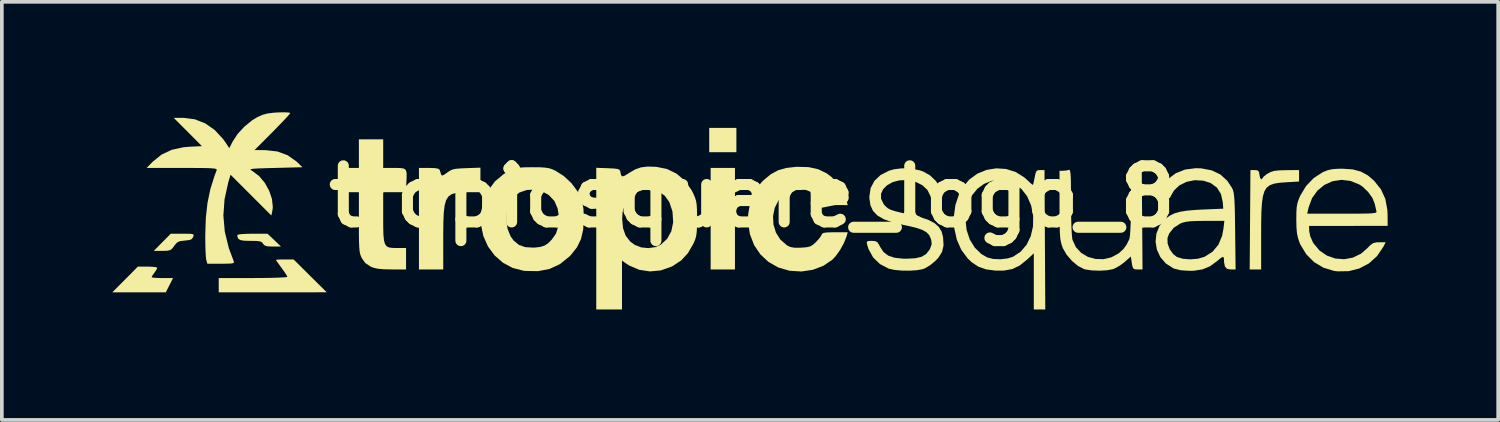
<source format=kicad_pcb>
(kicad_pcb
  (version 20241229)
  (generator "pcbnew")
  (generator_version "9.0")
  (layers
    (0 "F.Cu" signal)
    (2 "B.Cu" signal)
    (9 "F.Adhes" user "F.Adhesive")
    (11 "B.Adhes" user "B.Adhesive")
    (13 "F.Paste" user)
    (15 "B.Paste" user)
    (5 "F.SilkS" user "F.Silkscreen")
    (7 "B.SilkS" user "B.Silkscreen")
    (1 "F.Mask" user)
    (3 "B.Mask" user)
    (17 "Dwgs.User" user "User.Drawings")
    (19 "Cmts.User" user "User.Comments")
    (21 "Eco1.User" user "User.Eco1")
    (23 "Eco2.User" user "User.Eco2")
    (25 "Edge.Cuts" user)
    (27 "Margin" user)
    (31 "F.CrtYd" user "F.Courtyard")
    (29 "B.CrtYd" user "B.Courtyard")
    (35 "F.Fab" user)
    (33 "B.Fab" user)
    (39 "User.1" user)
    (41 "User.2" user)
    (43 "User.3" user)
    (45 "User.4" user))
  (footprint "tropicsquare_logo_8"
    (layer "F.Cu")
    (at 17.378 2.288)
    (property "Reference" "tropicsquare_logo_8" (at 0 0 0) (layer "F.SilkS") (effects (font (size 1.524 1.524) (thickness 0.3))))
    (attr board_only exclude_from_pos_files exclude_from_bom)
    (fp_poly (pts (xy -0.466 1.981) (xy -1.126 1.981) (xy -1.126 -0.777) (xy -0.466 -0.777)) (stroke (width 0) (type solid)) (fill yes) (layer "F.SilkS"))
    (fp_poly (pts (xy -0.427 -1.204) (xy -1.165 -1.204) (xy -1.165 -1.864) (xy -0.427 -1.864)) (stroke (width 0) (type solid)) (fill yes) (layer "F.SilkS"))
    (fp_poly (pts (xy -16.288 1.908) (xy -16.194 1.919) (xy -16.157 1.936) (xy -16.157 1.937) (xy -16.179 1.988) (xy -16.232 2.066) (xy -16.234 2.069) (xy -16.288 2.144) (xy -16.312 2.19) (xy -16.312 2.191) (xy -16.276 2.202) (xy -16.182 2.21) (xy -16.048 2.214) (xy -16.02 2.214) (xy -15.728 2.214) (xy -15.826 2.408) (xy -15.925 2.602) (xy -17.378 2.602) (xy -17.03 2.253) (xy -16.683 1.903) (xy -16.42 1.903)) (stroke (width 0) (type solid)) (fill yes) (layer "F.SilkS"))
    (fp_poly (pts (xy -15.313 1.011) (xy -15.22 1.016) (xy -15.177 1.03) (xy -15.169 1.058) (xy -15.181 1.097) (xy -15.215 1.152) (xy -15.279 1.181) (xy -15.397 1.195) (xy -15.41 1.196) (xy -15.534 1.21) (xy -15.611 1.243) (xy -15.675 1.311) (xy -15.697 1.342) (xy -15.753 1.416) (xy -15.808 1.456) (xy -15.89 1.473) (xy -16.019 1.476) (xy -16.251 1.476) (xy -16.021 1.243) (xy -15.79 1.01) (xy -15.47 1.01)) (stroke (width 0) (type solid)) (fill yes) (layer "F.SilkS"))
    (fp_poly (pts (xy -12.979 1.184) (xy -12.797 1.358) (xy -13.019 1.358) (xy -13.153 1.354) (xy -13.23 1.335) (xy -13.274 1.296) (xy -13.283 1.282) (xy -13.313 1.242) (xy -13.366 1.219) (xy -13.457 1.207) (xy -13.605 1.204) (xy -13.629 1.204) (xy -13.798 1.2) (xy -13.903 1.182) (xy -13.959 1.145) (xy -13.98 1.083) (xy -13.982 1.045) (xy -13.945 1.031) (xy -13.848 1.019) (xy -13.704 1.012) (xy -13.572 1.01) (xy -13.162 1.01)) (stroke (width 0) (type solid)) (fill yes) (layer "F.SilkS"))
    (fp_poly (pts (xy -12.004 2.155) (xy -11.554 2.601) (xy -13.02 2.602) (xy -14.487 2.602) (xy -14.487 2.214) (xy -13.554 2.214) (xy -13.295 2.212) (xy -13.063 2.209) (xy -12.869 2.203) (xy -12.725 2.196) (xy -12.64 2.188) (xy -12.622 2.182) (xy -12.644 2.137) (xy -12.701 2.049) (xy -12.778 1.942) (xy -12.856 1.835) (xy -12.912 1.756) (xy -12.933 1.721) (xy -12.898 1.715) (xy -12.806 1.71) (xy -12.694 1.709) (xy -12.454 1.709)) (stroke (width 0) (type solid)) (fill yes) (layer "F.SilkS"))
    (fp_poly (pts (xy -7.379 -0.117) (xy -7.711 -0.117) (xy -7.899 -0.113) (xy -8.048 -0.098) (xy -8.163 -0.063) (xy -8.249 0.000261) (xy -8.31 0.099) (xy -8.351 0.241) (xy -8.374 0.435) (xy -8.385 0.687) (xy -8.389 1.008) (xy -8.389 1.125) (xy -8.389 1.981) (xy -9.049 1.981) (xy -9.049 -0.777) (xy -8.776 -0.777) (xy -8.623 -0.772) (xy -8.532 -0.758) (xy -8.49 -0.73) (xy -8.485 -0.719) (xy -8.456 -0.627) (xy -8.448 -0.6) (xy -8.425 -0.57) (xy -8.379 -0.583) (xy -8.292 -0.643) (xy -8.286 -0.648) (xy -8.212 -0.699) (xy -8.14 -0.733) (xy -8.048 -0.753) (xy -7.915 -0.764) (xy -7.761 -0.771) (xy -7.379 -0.784)) (stroke (width 0) (type solid)) (fill yes) (layer "F.SilkS"))
    (fp_poly (pts (xy 13.733 -0.709) (xy 13.769 -0.663) (xy 13.78 -0.592) (xy 13.798 -0.506) (xy 13.826 -0.466) (xy 13.829 -0.466) (xy 13.864 -0.495) (xy 13.865 -0.502) (xy 13.895 -0.542) (xy 13.971 -0.602) (xy 14.007 -0.625) (xy 14.091 -0.669) (xy 14.184 -0.696) (xy 14.308 -0.71) (xy 14.485 -0.716) (xy 14.502 -0.716) (xy 14.856 -0.719) (xy 14.856 -0.408) (xy 14.506 -0.387) (xy 14.327 -0.374) (xy 14.182 -0.351) (xy 14.068 -0.311) (xy 13.981 -0.246) (xy 13.918 -0.149) (xy 13.875 -0.012) (xy 13.848 0.173) (xy 13.833 0.414) (xy 13.827 0.718) (xy 13.826 1.03) (xy 13.826 1.981) (xy 13.515 1.981) (xy 13.525 0.631) (xy 13.535 -0.719) (xy 13.652 -0.719)) (stroke (width 0) (type solid)) (fill yes) (layer "F.SilkS"))
    (fp_poly (pts (xy -10.02 -0.777) (xy -9.714 -0.777) (xy -9.562 -0.775) (xy -9.463 -0.761) (xy -9.407 -0.722) (xy -9.384 -0.643) (xy -9.384 -0.511) (xy -9.392 -0.359) (xy -9.406 -0.117) (xy -10.02 -0.117) (xy -10.02 0.555) (xy -10.019 0.831) (xy -10.014 1.039) (xy -9.999 1.189) (xy -9.971 1.29) (xy -9.926 1.352) (xy -9.859 1.384) (xy -9.766 1.396) (xy -9.649 1.398) (xy -9.399 1.398) (xy -9.399 1.981) (xy -9.797 1.98) (xy -10.009 1.975) (xy -10.164 1.961) (xy -10.283 1.934) (xy -10.358 1.905) (xy -10.507 1.806) (xy -10.6 1.674) (xy -10.627 1.616) (xy -10.648 1.553) (xy -10.662 1.473) (xy -10.671 1.366) (xy -10.677 1.218) (xy -10.68 1.018) (xy -10.68 0.754) (xy -10.68 0.701) (xy -10.68 -0.117) (xy -11.108 -0.117) (xy -11.108 -0.777) (xy -10.68 -0.777) (xy -10.68 -1.554) (xy -10.02 -1.554)) (stroke (width 0) (type solid)) (fill yes) (layer "F.SilkS"))
    (fp_poly (pts (xy 10.583 -0.719) (xy 10.594 0.631) (xy 10.604 1.981) (xy 10.472 1.981) (xy 10.39 1.976) (xy 10.347 1.946) (xy 10.324 1.872) (xy 10.313 1.805) (xy 10.287 1.629) (xy 10.117 1.779) (xy 9.993 1.872) (xy 9.861 1.947) (xy 9.795 1.974) (xy 9.636 2.003) (xy 9.439 2.014) (xy 9.236 2.007) (xy 9.063 1.983) (xy 9.017 1.97) (xy 8.853 1.887) (xy 8.689 1.75) (xy 8.544 1.582) (xy 8.441 1.404) (xy 8.43 1.376) (xy 8.405 1.301) (xy 8.385 1.225) (xy 8.371 1.134) (xy 8.361 1.019) (xy 8.355 0.866) (xy 8.352 0.665) (xy 8.35 0.404) (xy 8.35 0.232) (xy 8.35 -0.699) (xy 8.444 -0.699) (xy 8.545 -0.709) (xy 8.599 -0.723) (xy 8.619 -0.724) (xy 8.634 -0.703) (xy 8.645 -0.652) (xy 8.653 -0.563) (xy 8.658 -0.425) (xy 8.66 -0.231) (xy 8.661 0.029) (xy 8.661 0.141) (xy 8.663 0.407) (xy 8.668 0.654) (xy 8.675 0.869) (xy 8.685 1.038) (xy 8.696 1.148) (xy 8.701 1.174) (xy 8.793 1.374) (xy 8.937 1.53) (xy 9.118 1.638) (xy 9.324 1.696) (xy 9.541 1.702) (xy 9.756 1.652) (xy 9.954 1.546) (xy 10.086 1.425) (xy 10.172 1.305) (xy 10.238 1.175) (xy 10.251 1.137) (xy 10.263 1.054) (xy 10.274 0.907) (xy 10.283 0.708) (xy 10.289 0.471) (xy 10.292 0.21) (xy 10.292 0.13) (xy 10.292 -0.73)) (stroke (width 0) (type solid)) (fill yes) (layer "F.SilkS"))
    (fp_poly (pts (xy 6.899 -0.748) (xy 7.156 -0.667) (xy 7.39 -0.522) (xy 7.473 -0.448) (xy 7.555 -0.369) (xy 7.613 -0.323) (xy 7.629 -0.317) (xy 7.642 -0.359) (xy 7.662 -0.454) (xy 7.676 -0.524) (xy 7.7 -0.639) (xy 7.728 -0.697) (xy 7.777 -0.717) (xy 7.826 -0.719) (xy 7.942 -0.719) (xy 7.952 1.175) (xy 7.963 3.068) (xy 7.651 3.068) (xy 7.651 1.543) (xy 7.465 1.716) (xy 7.267 1.874) (xy 7.065 1.97) (xy 6.837 2.012) (xy 6.613 2.012) (xy 6.356 1.979) (xy 6.149 1.907) (xy 5.967 1.787) (xy 5.857 1.683) (xy 5.682 1.448) (xy 5.56 1.17) (xy 5.492 0.865) (xy 5.482 0.632) (xy 5.795 0.632) (xy 5.827 0.912) (xy 5.913 1.17) (xy 6.05 1.391) (xy 6.231 1.565) (xy 6.386 1.654) (xy 6.55 1.696) (xy 6.749 1.704) (xy 6.947 1.68) (xy 7.088 1.635) (xy 7.294 1.499) (xy 7.456 1.308) (xy 7.569 1.075) (xy 7.63 0.81) (xy 7.634 0.528) (xy 7.579 0.242) (xy 7.469 -0.009) (xy 7.318 -0.203) (xy 7.135 -0.341) (xy 6.932 -0.424) (xy 6.718 -0.451) (xy 6.503 -0.425) (xy 6.3 -0.344) (xy 6.117 -0.21) (xy 5.966 -0.024) (xy 5.857 0.215) (xy 5.824 0.341) (xy 5.795 0.632) (xy 5.482 0.632) (xy 5.479 0.547) (xy 5.522 0.23) (xy 5.622 -0.068) (xy 5.716 -0.242) (xy 5.897 -0.46) (xy 6.118 -0.621) (xy 6.368 -0.723) (xy 6.632 -0.766)) (stroke (width 0) (type solid)) (fill yes) (layer "F.SilkS"))
    (fp_poly (pts (xy -5.962 -0.796) (xy -5.763 -0.794) (xy -5.62 -0.785) (xy -5.513 -0.768) (xy -5.42 -0.737) (xy -5.34 -0.7) (xy -5.113 -0.555) (xy -4.906 -0.362) (xy -4.742 -0.142) (xy -4.66 0.021) (xy -4.61 0.173) (xy -4.582 0.329) (xy -4.571 0.52) (xy -4.571 0.602) (xy -4.589 0.904) (xy -4.648 1.156) (xy -4.755 1.376) (xy -4.918 1.583) (xy -4.968 1.634) (xy -5.219 1.835) (xy -5.5 1.966) (xy -5.814 2.027) (xy -6.164 2.02) (xy -6.205 2.016) (xy -6.501 1.94) (xy -6.767 1.798) (xy -6.994 1.6) (xy -7.175 1.354) (xy -7.301 1.07) (xy -7.362 0.775) (xy -7.362 0.65) (xy -6.678 0.65) (xy -6.642 0.879) (xy -6.557 1.085) (xy -6.474 1.199) (xy -6.332 1.314) (xy -6.16 1.375) (xy -5.94 1.388) (xy -5.918 1.387) (xy -5.756 1.37) (xy -5.638 1.332) (xy -5.543 1.271) (xy -5.442 1.17) (xy -5.348 1.039) (xy -5.32 0.988) (xy -5.257 0.782) (xy -5.246 0.55) (xy -5.283 0.322) (xy -5.368 0.126) (xy -5.374 0.117) (xy -5.52 -0.039) (xy -5.705 -0.141) (xy -5.912 -0.188) (xy -6.123 -0.177) (xy -6.321 -0.108) (xy -6.489 0.021) (xy -6.494 0.026) (xy -6.605 0.202) (xy -6.666 0.417) (xy -6.678 0.65) (xy -7.362 0.65) (xy -7.363 0.437) (xy -7.296 0.119) (xy -7.167 -0.168) (xy -6.981 -0.415) (xy -6.742 -0.613) (xy -6.608 -0.689) (xy -6.502 -0.737) (xy -6.408 -0.768) (xy -6.303 -0.786) (xy -6.165 -0.794) (xy -5.972 -0.796)) (stroke (width 0) (type solid)) (fill yes) (layer "F.SilkS"))
    (fp_poly (pts (xy -2.612 -0.807) (xy -2.608 -0.807) (xy -2.314 -0.749) (xy -2.052 -0.622) (xy -1.827 -0.43) (xy -1.647 -0.178) (xy -1.598 -0.083) (xy -1.554 0.019) (xy -1.524 0.112) (xy -1.506 0.216) (xy -1.498 0.352) (xy -1.495 0.54) (xy -1.495 0.602) (xy -1.497 0.808) (xy -1.504 0.956) (xy -1.518 1.067) (xy -1.544 1.161) (xy -1.584 1.258) (xy -1.596 1.283) (xy -1.743 1.537) (xy -1.923 1.732) (xy -2.152 1.885) (xy -2.196 1.907) (xy -2.482 2.007) (xy -2.776 2.034) (xy -3.065 1.99) (xy -3.338 1.874) (xy -3.447 1.803) (xy -3.534 1.738) (xy -3.534 3.068) (xy -4.233 3.068) (xy -4.233 0.602) (xy -3.53 0.602) (xy -3.506 0.859) (xy -3.435 1.062) (xy -3.311 1.221) (xy -3.185 1.315) (xy -3.013 1.382) (xy -2.816 1.401) (xy -2.623 1.373) (xy -2.483 1.31) (xy -2.307 1.148) (xy -2.194 0.942) (xy -2.144 0.7) (xy -2.161 0.427) (xy -2.169 0.388) (xy -2.248 0.152) (xy -2.374 -0.024) (xy -2.544 -0.138) (xy -2.71 -0.182) (xy -2.955 -0.182) (xy -3.164 -0.116) (xy -3.331 0.01) (xy -3.451 0.192) (xy -3.518 0.423) (xy -3.53 0.602) (xy -4.233 0.602) (xy -4.233 -0.78) (xy -3.913 -0.769) (xy -3.754 -0.761) (xy -3.657 -0.749) (xy -3.606 -0.729) (xy -3.585 -0.697) (xy -3.581 -0.68) (xy -3.561 -0.586) (xy -3.53 -0.547) (xy -3.471 -0.56) (xy -3.369 -0.621) (xy -3.34 -0.641) (xy -3.177 -0.736) (xy -3.018 -0.792) (xy -2.839 -0.814)) (stroke (width 0) (type solid)) (fill yes) (layer "F.SilkS"))
    (fp_poly (pts (xy 1.534 -0.799) (xy 1.797 -0.741) (xy 2.026 -0.629) (xy 2.16 -0.528) (xy 2.292 -0.386) (xy 2.419 -0.2) (xy 2.521 -0.001) (xy 2.564 0.118) (xy 2.597 0.233) (xy 2.26 0.232) (xy 2.097 0.23) (xy 1.993 0.223) (xy 1.93 0.205) (xy 1.888 0.17) (xy 1.848 0.113) (xy 1.845 0.107) (xy 1.759 0.002) (xy 1.649 -0.096) (xy 1.631 -0.109) (xy 1.468 -0.177) (xy 1.274 -0.194) (xy 1.076 -0.162) (xy 0.902 -0.081) (xy 0.878 -0.064) (xy 0.718 0.103) (xy 0.615 0.307) (xy 0.569 0.531) (xy 0.58 0.76) (xy 0.647 0.979) (xy 0.769 1.172) (xy 0.946 1.325) (xy 0.946 1.326) (xy 1.036 1.37) (xy 1.142 1.39) (xy 1.292 1.391) (xy 1.329 1.389) (xy 1.476 1.378) (xy 1.574 1.356) (xy 1.651 1.312) (xy 1.727 1.244) (xy 1.813 1.151) (xy 1.873 1.069) (xy 1.886 1.041) (xy 1.906 1.007) (xy 1.952 0.986) (xy 2.037 0.975) (xy 2.179 0.971) (xy 2.253 0.971) (xy 2.597 0.971) (xy 2.564 1.086) (xy 2.494 1.262) (xy 2.391 1.449) (xy 2.272 1.617) (xy 2.179 1.717) (xy 1.934 1.882) (xy 1.649 1.99) (xy 1.339 2.036) (xy 1.02 2.016) (xy 1.018 2.016) (xy 0.711 1.927) (xy 0.445 1.776) (xy 0.224 1.571) (xy 0.054 1.318) (xy -0.059 1.025) (xy -0.11 0.7) (xy -0.109 0.497) (xy -0.053 0.165) (xy 0.069 -0.131) (xy 0.253 -0.385) (xy 0.317 -0.449) (xy 0.509 -0.606) (xy 0.703 -0.712) (xy 0.923 -0.775) (xy 1.19 -0.806) (xy 1.223 -0.807)) (stroke (width 0) (type solid)) (fill yes) (layer "F.SilkS"))
    (fp_poly (pts (xy 16.311 -0.737) (xy 16.532 -0.679) (xy 16.724 -0.574) (xy 16.895 -0.427) (xy 17.08 -0.196) (xy 17.198 0.062) (xy 17.254 0.36) (xy 17.26 0.483) (xy 17.263 0.796) (xy 16.195 0.798) (xy 15.127 0.799) (xy 15.132 0.944) (xy 15.16 1.079) (xy 15.227 1.233) (xy 15.249 1.272) (xy 15.412 1.467) (xy 15.614 1.605) (xy 15.841 1.684) (xy 16.08 1.703) (xy 16.316 1.66) (xy 16.536 1.554) (xy 16.698 1.415) (xy 16.795 1.317) (xy 16.872 1.265) (xy 16.956 1.245) (xy 17.032 1.243) (xy 17.207 1.243) (xy 17.143 1.369) (xy 16.973 1.619) (xy 16.754 1.816) (xy 16.494 1.953) (xy 16.206 2.027) (xy 15.898 2.032) (xy 15.804 2.019) (xy 15.517 1.933) (xy 15.263 1.78) (xy 15.052 1.569) (xy 14.894 1.308) (xy 14.867 1.246) (xy 14.825 1.121) (xy 14.799 0.993) (xy 14.785 0.835) (xy 14.781 0.625) (xy 14.781 0.621) (xy 14.783 0.466) (xy 15.077 0.466) (xy 16.027 0.466) (xy 16.323 0.466) (xy 16.55 0.464) (xy 16.717 0.461) (xy 16.833 0.456) (xy 16.906 0.447) (xy 16.945 0.435) (xy 16.96 0.419) (xy 16.958 0.398) (xy 16.937 0.312) (xy 16.914 0.206) (xy 16.851 0.044) (xy 16.735 -0.121) (xy 16.587 -0.264) (xy 16.498 -0.324) (xy 16.254 -0.424) (xy 16.006 -0.453) (xy 15.767 -0.416) (xy 15.547 -0.318) (xy 15.358 -0.164) (xy 15.21 0.041) (xy 15.117 0.291) (xy 15.114 0.301) (xy 15.077 0.466) (xy 14.783 0.466) (xy 14.783 0.427) (xy 14.792 0.287) (xy 14.813 0.176) (xy 14.848 0.07) (xy 14.889 -0.024) (xy 15.046 -0.285) (xy 15.255 -0.503) (xy 15.5 -0.661) (xy 15.516 -0.668) (xy 15.641 -0.717) (xy 15.77 -0.744) (xy 15.932 -0.755) (xy 16.04 -0.756)) (stroke (width 0) (type solid)) (fill yes) (layer "F.SilkS"))
    (fp_poly (pts (xy -12.616 -2.284) (xy -12.552 -2.274) (xy -12.545 -2.268) (xy -12.571 -2.231) (xy -12.643 -2.148) (xy -12.754 -2.031) (xy -12.893 -1.887) (xy -13.029 -1.748) (xy -13.514 -1.262) (xy -13.214 -1.26) (xy -12.895 -1.224) (xy -12.615 -1.121) (xy -12.375 -0.951) (xy -12.35 -0.928) (xy -12.215 -0.796) (xy -12.952 -0.777) (xy -13.208 -0.77) (xy -13.394 -0.764) (xy -13.519 -0.757) (xy -13.593 -0.748) (xy -13.623 -0.737) (xy -13.618 -0.722) (xy -13.587 -0.701) (xy -13.57 -0.691) (xy -13.391 -0.557) (xy -13.237 -0.373) (xy -13.117 -0.158) (xy -13.041 0.068) (xy -13.018 0.287) (xy -13.031 0.393) (xy -13.058 0.515) (xy -14.167 -0.593) (xy -14.228 -0.384) (xy -14.329 0.073) (xy -14.361 0.514) (xy -14.323 0.953) (xy -14.213 1.4) (xy -14.08 1.757) (xy -14.073 1.789) (xy -14.093 1.809) (xy -14.154 1.82) (xy -14.267 1.824) (xy -14.423 1.825) (xy -14.796 1.825) (xy -14.826 1.719) (xy -14.836 1.643) (xy -14.844 1.506) (xy -14.85 1.325) (xy -14.853 1.118) (xy -14.852 1.029) (xy -14.837 0.574) (xy -14.792 0.171) (xy -14.715 -0.199) (xy -14.602 -0.559) (xy -14.545 -0.709) (xy -14.54 -0.73) (xy -14.553 -0.746) (xy -14.59 -0.758) (xy -14.661 -0.766) (xy -14.775 -0.772) (xy -14.94 -0.775) (xy -15.165 -0.776) (xy -15.458 -0.777) (xy -15.481 -0.777) (xy -16.445 -0.777) (xy -16.276 -0.949) (xy -16.04 -1.139) (xy -15.765 -1.268) (xy -15.443 -1.339) (xy -15.288 -1.352) (xy -14.944 -1.369) (xy -15.326 -1.753) (xy -15.708 -2.136) (xy -15.437 -2.136) (xy -15.137 -2.098) (xy -14.855 -1.988) (xy -14.597 -1.808) (xy -14.37 -1.564) (xy -14.303 -1.469) (xy -14.2 -1.314) (xy -14.107 -1.497) (xy -13.972 -1.702) (xy -13.787 -1.902) (xy -13.576 -2.073) (xy -13.433 -2.159) (xy -13.301 -2.218) (xy -13.167 -2.255) (xy -13.002 -2.276) (xy -12.884 -2.284) (xy -12.733 -2.288)) (stroke (width 0) (type solid)) (fill yes) (layer "F.SilkS"))
    (fp_poly (pts (xy 12.199 -0.765) (xy 12.483 -0.711) (xy 12.717 -0.6) (xy 12.907 -0.427) (xy 13.035 -0.233) (xy 13.057 -0.185) (xy 13.075 -0.126) (xy 13.088 -0.046) (xy 13.098 0.063) (xy 13.106 0.213) (xy 13.112 0.412) (xy 13.116 0.671) (xy 13.12 0.942) (xy 13.132 1.981) (xy 12.998 1.981) (xy 12.9 1.964) (xy 12.843 1.903) (xy 12.819 1.787) (xy 12.817 1.719) (xy 12.811 1.655) (xy 12.784 1.639) (xy 12.725 1.673) (xy 12.63 1.753) (xy 12.437 1.894) (xy 12.236 1.978) (xy 11.999 2.015) (xy 11.884 2.018) (xy 11.644 2.003) (xy 11.464 1.958) (xy 11.437 1.947) (xy 11.237 1.818) (xy 11.089 1.646) (xy 10.995 1.444) (xy 10.959 1.227) (xy 10.969 1.126) (xy 11.282 1.126) (xy 11.285 1.273) (xy 11.341 1.428) (xy 11.436 1.563) (xy 11.539 1.642) (xy 11.701 1.691) (xy 11.9 1.706) (xy 12.104 1.69) (xy 12.28 1.64) (xy 12.292 1.635) (xy 12.508 1.497) (xy 12.665 1.308) (xy 12.766 1.068) (xy 12.802 0.877) (xy 12.827 0.66) (xy 12.307 0.661) (xy 12.078 0.664) (xy 11.91 0.671) (xy 11.787 0.686) (xy 11.692 0.709) (xy 11.629 0.734) (xy 11.452 0.849) (xy 11.329 1.002) (xy 11.282 1.126) (xy 10.969 1.126) (xy 10.981 1.009) (xy 11.064 0.802) (xy 11.21 0.622) (xy 11.241 0.595) (xy 11.351 0.516) (xy 11.473 0.457) (xy 11.621 0.414) (xy 11.809 0.384) (xy 12.05 0.363) (xy 12.253 0.353) (xy 12.797 0.33) (xy 12.784 0.155) (xy 12.735 -0.067) (xy 12.626 -0.242) (xy 12.458 -0.365) (xy 12.256 -0.431) (xy 12.021 -0.444) (xy 11.799 -0.399) (xy 11.607 -0.304) (xy 11.459 -0.165) (xy 11.393 -0.05) (xy 11.349 0.033) (xy 11.291 0.07) (xy 11.187 0.078) (xy 11.184 0.078) (xy 11.086 0.074) (xy 11.046 0.053) (xy 11.047 0.000167) (xy 11.054 -0.029) (xy 11.151 -0.279) (xy 11.306 -0.483) (xy 11.513 -0.636) (xy 11.763 -0.733) (xy 12.05 -0.77)) (stroke (width 0) (type solid)) (fill yes) (layer "F.SilkS"))
    (fp_poly (pts (xy 4.322 -0.757) (xy 4.555 -0.711) (xy 4.651 -0.678) (xy 4.836 -0.571) (xy 4.992 -0.422) (xy 5.105 -0.251) (xy 5.162 -0.075) (xy 5.165 -0.021) (xy 5.157 0.043) (xy 5.116 0.071) (xy 5.022 0.078) (xy 5.014 0.078) (xy 4.913 0.07) (xy 4.862 0.038) (xy 4.837 -0.029) (xy 4.761 -0.18) (xy 4.623 -0.308) (xy 4.435 -0.401) (xy 4.398 -0.412) (xy 4.189 -0.448) (xy 3.991 -0.438) (xy 3.814 -0.389) (xy 3.667 -0.307) (xy 3.56 -0.2) (xy 3.502 -0.075) (xy 3.502 0.06) (xy 3.57 0.2) (xy 3.576 0.209) (xy 3.631 0.272) (xy 3.69 0.321) (xy 3.768 0.361) (xy 3.88 0.397) (xy 4.039 0.437) (xy 4.243 0.481) (xy 4.544 0.553) (xy 4.777 0.63) (xy 4.948 0.718) (xy 5.068 0.822) (xy 5.145 0.948) (xy 5.186 1.101) (xy 5.187 1.109) (xy 5.2 1.325) (xy 5.16 1.502) (xy 5.06 1.661) (xy 4.977 1.748) (xy 4.842 1.861) (xy 4.703 1.945) (xy 4.636 1.972) (xy 4.479 2.001) (xy 4.279 2.014) (xy 4.065 2.011) (xy 3.867 1.993) (xy 3.714 1.96) (xy 3.708 1.958) (xy 3.473 1.835) (xy 3.289 1.657) (xy 3.162 1.428) (xy 3.125 1.311) (xy 3.113 1.242) (xy 3.137 1.211) (xy 3.214 1.204) (xy 3.249 1.204) (xy 3.345 1.211) (xy 3.405 1.244) (xy 3.456 1.324) (xy 3.476 1.365) (xy 3.569 1.507) (xy 3.697 1.605) (xy 3.87 1.663) (xy 4.101 1.688) (xy 4.194 1.689) (xy 4.43 1.677) (xy 4.604 1.636) (xy 4.729 1.56) (xy 4.819 1.444) (xy 4.837 1.408) (xy 4.876 1.298) (xy 4.869 1.196) (xy 4.853 1.141) (xy 4.808 1.045) (xy 4.734 0.969) (xy 4.621 0.905) (xy 4.458 0.85) (xy 4.232 0.796) (xy 4.137 0.777) (xy 3.824 0.704) (xy 3.582 0.619) (xy 3.404 0.516) (xy 3.283 0.389) (xy 3.213 0.234) (xy 3.186 0.045) (xy 3.185 -0.001) (xy 3.22 -0.231) (xy 3.323 -0.427) (xy 3.49 -0.585) (xy 3.717 -0.7) (xy 3.853 -0.74) (xy 4.075 -0.767)) (stroke (width 0) (type solid)) (fill yes) (layer "F.SilkS")))
  (gr_rect
    (start -3 -3)
    (end 37.642 8.356)
    (stroke (width 0.1) (type default))
    (fill no)
    (layer "Edge.Cuts")))
</source>
